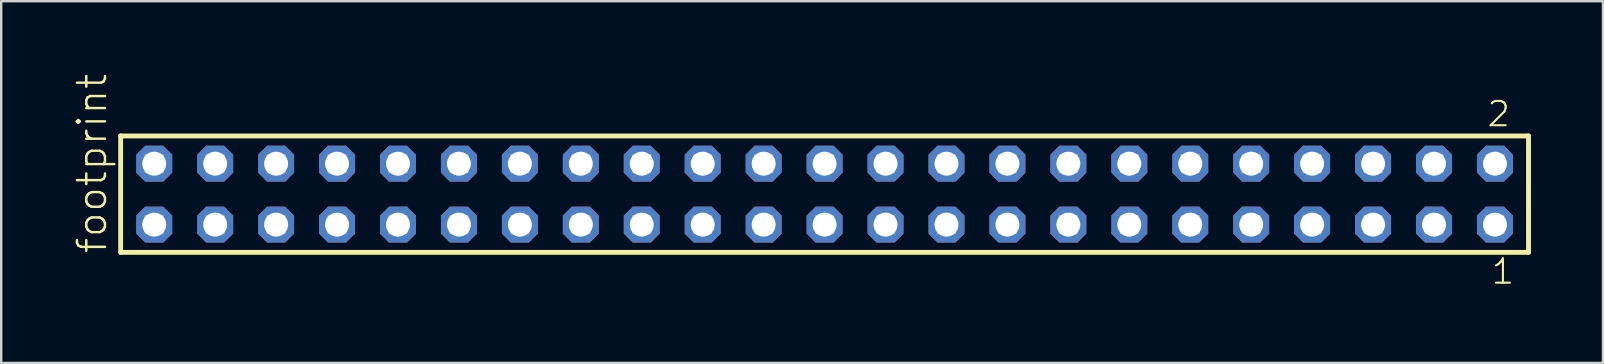
<source format=kicad_pcb>
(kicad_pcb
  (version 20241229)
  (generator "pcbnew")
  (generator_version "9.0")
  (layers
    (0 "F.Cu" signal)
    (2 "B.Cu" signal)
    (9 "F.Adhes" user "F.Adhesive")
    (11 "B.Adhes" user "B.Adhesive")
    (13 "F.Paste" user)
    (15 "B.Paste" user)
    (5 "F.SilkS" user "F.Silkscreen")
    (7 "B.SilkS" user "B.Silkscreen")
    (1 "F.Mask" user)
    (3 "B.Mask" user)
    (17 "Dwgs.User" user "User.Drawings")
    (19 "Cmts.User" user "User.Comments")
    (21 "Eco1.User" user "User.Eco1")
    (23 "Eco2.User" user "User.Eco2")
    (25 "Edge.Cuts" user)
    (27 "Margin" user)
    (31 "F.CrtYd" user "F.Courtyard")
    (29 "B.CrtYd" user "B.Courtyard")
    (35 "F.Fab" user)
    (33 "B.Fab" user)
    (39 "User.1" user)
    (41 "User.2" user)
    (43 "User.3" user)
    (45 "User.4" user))
  (footprint "footprint"
    (layer "F.Cu")
    (at 31.318 5.042)
    (property "Reference" "footprint" (at -29.845 2.54 90) (layer "F.SilkS") (effects (font (size 1.168 1.168) (thickness 0.102)) (justify left bottom)))
    (fp_line (start -29.339 -2.425) (end 29.339 -2.425) (stroke (width 0.203) (type solid)) (layer "F.SilkS"))
    (fp_line (start -29.339 2.425) (end -29.339 -2.425) (stroke (width 0.203) (type solid)) (layer "F.SilkS"))
    (fp_line (start 29.339 -2.425) (end 29.339 2.425) (stroke (width 0.203) (type solid)) (layer "F.SilkS"))
    (fp_line (start 29.339 2.425) (end -29.339 2.425) (stroke (width 0.203) (type solid)) (layer "F.SilkS"))
    (fp_poly (pts (xy -28.29 -0.92) (xy -27.59 -0.92) (xy -27.59 -1.62) (xy -28.29 -1.62)) (stroke (width 0.1) (type solid)) (fill no) (layer "F.Fab"))
    (fp_poly (pts (xy -28.29 1.62) (xy -27.59 1.62) (xy -27.59 0.92) (xy -28.29 0.92)) (stroke (width 0.1) (type solid)) (fill no) (layer "F.Fab"))
    (fp_poly (pts (xy -25.75 -0.92) (xy -25.05 -0.92) (xy -25.05 -1.62) (xy -25.75 -1.62)) (stroke (width 0.1) (type solid)) (fill no) (layer "F.Fab"))
    (fp_poly (pts (xy -25.75 1.62) (xy -25.05 1.62) (xy -25.05 0.92) (xy -25.75 0.92)) (stroke (width 0.1) (type solid)) (fill no) (layer "F.Fab"))
    (fp_poly (pts (xy -23.21 -0.92) (xy -22.51 -0.92) (xy -22.51 -1.62) (xy -23.21 -1.62)) (stroke (width 0.1) (type solid)) (fill no) (layer "F.Fab"))
    (fp_poly (pts (xy -23.21 1.62) (xy -22.51 1.62) (xy -22.51 0.92) (xy -23.21 0.92)) (stroke (width 0.1) (type solid)) (fill no) (layer "F.Fab"))
    (fp_poly (pts (xy -20.67 -0.92) (xy -19.97 -0.92) (xy -19.97 -1.62) (xy -20.67 -1.62)) (stroke (width 0.1) (type solid)) (fill no) (layer "F.Fab"))
    (fp_poly (pts (xy -20.67 1.62) (xy -19.97 1.62) (xy -19.97 0.92) (xy -20.67 0.92)) (stroke (width 0.1) (type solid)) (fill no) (layer "F.Fab"))
    (fp_poly (pts (xy -18.13 -0.92) (xy -17.43 -0.92) (xy -17.43 -1.62) (xy -18.13 -1.62)) (stroke (width 0.1) (type solid)) (fill no) (layer "F.Fab"))
    (fp_poly (pts (xy -18.13 1.62) (xy -17.43 1.62) (xy -17.43 0.92) (xy -18.13 0.92)) (stroke (width 0.1) (type solid)) (fill no) (layer "F.Fab"))
    (fp_poly (pts (xy -15.59 -0.92) (xy -14.89 -0.92) (xy -14.89 -1.62) (xy -15.59 -1.62)) (stroke (width 0.1) (type solid)) (fill no) (layer "F.Fab"))
    (fp_poly (pts (xy -15.59 1.62) (xy -14.89 1.62) (xy -14.89 0.92) (xy -15.59 0.92)) (stroke (width 0.1) (type solid)) (fill no) (layer "F.Fab"))
    (fp_poly (pts (xy -13.05 -0.92) (xy -12.35 -0.92) (xy -12.35 -1.62) (xy -13.05 -1.62)) (stroke (width 0.1) (type solid)) (fill no) (layer "F.Fab"))
    (fp_poly (pts (xy -13.05 1.62) (xy -12.35 1.62) (xy -12.35 0.92) (xy -13.05 0.92)) (stroke (width 0.1) (type solid)) (fill no) (layer "F.Fab"))
    (fp_poly (pts (xy -10.51 -0.92) (xy -9.81 -0.92) (xy -9.81 -1.62) (xy -10.51 -1.62)) (stroke (width 0.1) (type solid)) (fill no) (layer "F.Fab"))
    (fp_poly (pts (xy -10.51 1.62) (xy -9.81 1.62) (xy -9.81 0.92) (xy -10.51 0.92)) (stroke (width 0.1) (type solid)) (fill no) (layer "F.Fab"))
    (fp_poly (pts (xy -7.97 -0.92) (xy -7.27 -0.92) (xy -7.27 -1.62) (xy -7.97 -1.62)) (stroke (width 0.1) (type solid)) (fill no) (layer "F.Fab"))
    (fp_poly (pts (xy -7.97 1.62) (xy -7.27 1.62) (xy -7.27 0.92) (xy -7.97 0.92)) (stroke (width 0.1) (type solid)) (fill no) (layer "F.Fab"))
    (fp_poly (pts (xy -5.43 -0.92) (xy -4.73 -0.92) (xy -4.73 -1.62) (xy -5.43 -1.62)) (stroke (width 0.1) (type solid)) (fill no) (layer "F.Fab"))
    (fp_poly (pts (xy -5.43 1.62) (xy -4.73 1.62) (xy -4.73 0.92) (xy -5.43 0.92)) (stroke (width 0.1) (type solid)) (fill no) (layer "F.Fab"))
    (fp_poly (pts (xy -2.89 -0.92) (xy -2.19 -0.92) (xy -2.19 -1.62) (xy -2.89 -1.62)) (stroke (width 0.1) (type solid)) (fill no) (layer "F.Fab"))
    (fp_poly (pts (xy -2.89 1.62) (xy -2.19 1.62) (xy -2.19 0.92) (xy -2.89 0.92)) (stroke (width 0.1) (type solid)) (fill no) (layer "F.Fab"))
    (fp_poly (pts (xy -0.35 -0.92) (xy 0.35 -0.92) (xy 0.35 -1.62) (xy -0.35 -1.62)) (stroke (width 0.1) (type solid)) (fill no) (layer "F.Fab"))
    (fp_poly (pts (xy -0.35 1.62) (xy 0.35 1.62) (xy 0.35 0.92) (xy -0.35 0.92)) (stroke (width 0.1) (type solid)) (fill no) (layer "F.Fab"))
    (fp_poly (pts (xy 2.19 -0.92) (xy 2.89 -0.92) (xy 2.89 -1.62) (xy 2.19 -1.62)) (stroke (width 0.1) (type solid)) (fill no) (layer "F.Fab"))
    (fp_poly (pts (xy 2.19 1.62) (xy 2.89 1.62) (xy 2.89 0.92) (xy 2.19 0.92)) (stroke (width 0.1) (type solid)) (fill no) (layer "F.Fab"))
    (fp_poly (pts (xy 4.73 -0.92) (xy 5.43 -0.92) (xy 5.43 -1.62) (xy 4.73 -1.62)) (stroke (width 0.1) (type solid)) (fill no) (layer "F.Fab"))
    (fp_poly (pts (xy 4.73 1.62) (xy 5.43 1.62) (xy 5.43 0.92) (xy 4.73 0.92)) (stroke (width 0.1) (type solid)) (fill no) (layer "F.Fab"))
    (fp_poly (pts (xy 7.27 -0.92) (xy 7.97 -0.92) (xy 7.97 -1.62) (xy 7.27 -1.62)) (stroke (width 0.1) (type solid)) (fill no) (layer "F.Fab"))
    (fp_poly (pts (xy 7.27 1.62) (xy 7.97 1.62) (xy 7.97 0.92) (xy 7.27 0.92)) (stroke (width 0.1) (type solid)) (fill no) (layer "F.Fab"))
    (fp_poly (pts (xy 9.81 -0.92) (xy 10.51 -0.92) (xy 10.51 -1.62) (xy 9.81 -1.62)) (stroke (width 0.1) (type solid)) (fill no) (layer "F.Fab"))
    (fp_poly (pts (xy 9.81 1.62) (xy 10.51 1.62) (xy 10.51 0.92) (xy 9.81 0.92)) (stroke (width 0.1) (type solid)) (fill no) (layer "F.Fab"))
    (fp_poly (pts (xy 12.35 -0.92) (xy 13.05 -0.92) (xy 13.05 -1.62) (xy 12.35 -1.62)) (stroke (width 0.1) (type solid)) (fill no) (layer "F.Fab"))
    (fp_poly (pts (xy 12.35 1.62) (xy 13.05 1.62) (xy 13.05 0.92) (xy 12.35 0.92)) (stroke (width 0.1) (type solid)) (fill no) (layer "F.Fab"))
    (fp_poly (pts (xy 14.89 -0.92) (xy 15.59 -0.92) (xy 15.59 -1.62) (xy 14.89 -1.62)) (stroke (width 0.1) (type solid)) (fill no) (layer "F.Fab"))
    (fp_poly (pts (xy 14.89 1.62) (xy 15.59 1.62) (xy 15.59 0.92) (xy 14.89 0.92)) (stroke (width 0.1) (type solid)) (fill no) (layer "F.Fab"))
    (fp_poly (pts (xy 17.43 -0.92) (xy 18.13 -0.92) (xy 18.13 -1.62) (xy 17.43 -1.62)) (stroke (width 0.1) (type solid)) (fill no) (layer "F.Fab"))
    (fp_poly (pts (xy 17.43 1.62) (xy 18.13 1.62) (xy 18.13 0.92) (xy 17.43 0.92)) (stroke (width 0.1) (type solid)) (fill no) (layer "F.Fab"))
    (fp_poly (pts (xy 19.97 -0.92) (xy 20.67 -0.92) (xy 20.67 -1.62) (xy 19.97 -1.62)) (stroke (width 0.1) (type solid)) (fill no) (layer "F.Fab"))
    (fp_poly (pts (xy 19.97 1.62) (xy 20.67 1.62) (xy 20.67 0.92) (xy 19.97 0.92)) (stroke (width 0.1) (type solid)) (fill no) (layer "F.Fab"))
    (fp_poly (pts (xy 22.51 -0.92) (xy 23.21 -0.92) (xy 23.21 -1.62) (xy 22.51 -1.62)) (stroke (width 0.1) (type solid)) (fill no) (layer "F.Fab"))
    (fp_poly (pts (xy 22.51 1.62) (xy 23.21 1.62) (xy 23.21 0.92) (xy 22.51 0.92)) (stroke (width 0.1) (type solid)) (fill no) (layer "F.Fab"))
    (fp_poly (pts (xy 25.05 -0.92) (xy 25.75 -0.92) (xy 25.75 -1.62) (xy 25.05 -1.62)) (stroke (width 0.1) (type solid)) (fill no) (layer "F.Fab"))
    (fp_poly (pts (xy 25.05 1.62) (xy 25.75 1.62) (xy 25.75 0.92) (xy 25.05 0.92)) (stroke (width 0.1) (type solid)) (fill no) (layer "F.Fab"))
    (fp_poly (pts (xy 27.59 -0.92) (xy 28.29 -0.92) (xy 28.29 -1.62) (xy 27.59 -1.62)) (stroke (width 0.1) (type solid)) (fill no) (layer "F.Fab"))
    (fp_poly (pts (xy 27.59 1.62) (xy 28.29 1.62) (xy 28.29 0.92) (xy 27.59 0.92)) (stroke (width 0.1) (type solid)) (fill no) (layer "F.Fab"))
    (fp_text user "1" (at 27.732 3.818 0) (layer "F.SilkS") (effects (font (size 1.012 1.012) (thickness 0.088)) (justify left bottom)))
    (fp_text user "2" (at 27.557 -2.744 0) (layer "F.SilkS") (effects (font (size 1.012 1.012) (thickness 0.088)) (justify left bottom)))
    (pad "1" thru_hole roundrect (at 27.94 1.27 180) (size 1.5 1.5) (drill 1) (layers "*.Cu" "*.Mask") (roundrect_rratio 0.25) (chamfer_ratio 0.25) (chamfer top_left top_right bottom_left bottom_right))
    (pad "2" thru_hole roundrect (at 27.94 -1.27 180) (size 1.5 1.5) (drill 1) (layers "*.Cu" "*.Mask") (roundrect_rratio 0.25) (chamfer_ratio 0.25) (chamfer top_left top_right bottom_left bottom_right))
    (pad "3" thru_hole roundrect (at 25.4 1.27 180) (size 1.5 1.5) (drill 1) (layers "*.Cu" "*.Mask") (roundrect_rratio 0.25) (chamfer_ratio 0.25) (chamfer top_left top_right bottom_left bottom_right))
    (pad "4" thru_hole roundrect (at 25.4 -1.27 180) (size 1.5 1.5) (drill 1) (layers "*.Cu" "*.Mask") (roundrect_rratio 0.25) (chamfer_ratio 0.25) (chamfer top_left top_right bottom_left bottom_right))
    (pad "5" thru_hole roundrect (at 22.86 1.27 180) (size 1.5 1.5) (drill 1) (layers "*.Cu" "*.Mask") (roundrect_rratio 0.25) (chamfer_ratio 0.25) (chamfer top_left top_right bottom_left bottom_right))
    (pad "6" thru_hole roundrect (at 22.86 -1.27 180) (size 1.5 1.5) (drill 1) (layers "*.Cu" "*.Mask") (roundrect_rratio 0.25) (chamfer_ratio 0.25) (chamfer top_left top_right bottom_left bottom_right))
    (pad "7" thru_hole roundrect (at 20.32 1.27 180) (size 1.5 1.5) (drill 1) (layers "*.Cu" "*.Mask") (roundrect_rratio 0.25) (chamfer_ratio 0.25) (chamfer top_left top_right bottom_left bottom_right))
    (pad "8" thru_hole roundrect (at 20.32 -1.27 180) (size 1.5 1.5) (drill 1) (layers "*.Cu" "*.Mask") (roundrect_rratio 0.25) (chamfer_ratio 0.25) (chamfer top_left top_right bottom_left bottom_right))
    (pad "9" thru_hole roundrect (at 17.78 1.27 180) (size 1.5 1.5) (drill 1) (layers "*.Cu" "*.Mask") (roundrect_rratio 0.25) (chamfer_ratio 0.25) (chamfer top_left top_right bottom_left bottom_right))
    (pad "10" thru_hole roundrect (at 17.78 -1.27 180) (size 1.5 1.5) (drill 1) (layers "*.Cu" "*.Mask") (roundrect_rratio 0.25) (chamfer_ratio 0.25) (chamfer top_left top_right bottom_left bottom_right))
    (pad "11" thru_hole roundrect (at 15.24 1.27 180) (size 1.5 1.5) (drill 1) (layers "*.Cu" "*.Mask") (roundrect_rratio 0.25) (chamfer_ratio 0.25) (chamfer top_left top_right bottom_left bottom_right))
    (pad "12" thru_hole roundrect (at 15.24 -1.27 180) (size 1.5 1.5) (drill 1) (layers "*.Cu" "*.Mask") (roundrect_rratio 0.25) (chamfer_ratio 0.25) (chamfer top_left top_right bottom_left bottom_right))
    (pad "13" thru_hole roundrect (at 12.7 1.27 180) (size 1.5 1.5) (drill 1) (layers "*.Cu" "*.Mask") (roundrect_rratio 0.25) (chamfer_ratio 0.25) (chamfer top_left top_right bottom_left bottom_right))
    (pad "14" thru_hole roundrect (at 12.7 -1.27 180) (size 1.5 1.5) (drill 1) (layers "*.Cu" "*.Mask") (roundrect_rratio 0.25) (chamfer_ratio 0.25) (chamfer top_left top_right bottom_left bottom_right))
    (pad "15" thru_hole roundrect (at 10.16 1.27 180) (size 1.5 1.5) (drill 1) (layers "*.Cu" "*.Mask") (roundrect_rratio 0.25) (chamfer_ratio 0.25) (chamfer top_left top_right bottom_left bottom_right))
    (pad "16" thru_hole roundrect (at 10.16 -1.27 180) (size 1.5 1.5) (drill 1) (layers "*.Cu" "*.Mask") (roundrect_rratio 0.25) (chamfer_ratio 0.25) (chamfer top_left top_right bottom_left bottom_right))
    (pad "17" thru_hole roundrect (at 7.62 1.27 180) (size 1.5 1.5) (drill 1) (layers "*.Cu" "*.Mask") (roundrect_rratio 0.25) (chamfer_ratio 0.25) (chamfer top_left top_right bottom_left bottom_right))
    (pad "18" thru_hole roundrect (at 7.62 -1.27 180) (size 1.5 1.5) (drill 1) (layers "*.Cu" "*.Mask") (roundrect_rratio 0.25) (chamfer_ratio 0.25) (chamfer top_left top_right bottom_left bottom_right))
    (pad "19" thru_hole roundrect (at 5.08 1.27 180) (size 1.5 1.5) (drill 1) (layers "*.Cu" "*.Mask") (roundrect_rratio 0.25) (chamfer_ratio 0.25) (chamfer top_left top_right bottom_left bottom_right))
    (pad "20" thru_hole roundrect (at 5.08 -1.27 180) (size 1.5 1.5) (drill 1) (layers "*.Cu" "*.Mask") (roundrect_rratio 0.25) (chamfer_ratio 0.25) (chamfer top_left top_right bottom_left bottom_right))
    (pad "21" thru_hole roundrect (at 2.54 1.27 180) (size 1.5 1.5) (drill 1) (layers "*.Cu" "*.Mask") (roundrect_rratio 0.25) (chamfer_ratio 0.25) (chamfer top_left top_right bottom_left bottom_right))
    (pad "22" thru_hole roundrect (at 2.54 -1.27 180) (size 1.5 1.5) (drill 1) (layers "*.Cu" "*.Mask") (roundrect_rratio 0.25) (chamfer_ratio 0.25) (chamfer top_left top_right bottom_left bottom_right))
    (pad "23" thru_hole roundrect (at 0 1.27 180) (size 1.5 1.5) (drill 1) (layers "*.Cu" "*.Mask") (roundrect_rratio 0.25) (chamfer_ratio 0.25) (chamfer top_left top_right bottom_left bottom_right))
    (pad "24" thru_hole roundrect (at 0 -1.27 180) (size 1.5 1.5) (drill 1) (layers "*.Cu" "*.Mask") (roundrect_rratio 0.25) (chamfer_ratio 0.25) (chamfer top_left top_right bottom_left bottom_right))
    (pad "25" thru_hole roundrect (at -2.54 1.27 180) (size 1.5 1.5) (drill 1) (layers "*.Cu" "*.Mask") (roundrect_rratio 0.25) (chamfer_ratio 0.25) (chamfer top_left top_right bottom_left bottom_right))
    (pad "26" thru_hole roundrect (at -2.54 -1.27 180) (size 1.5 1.5) (drill 1) (layers "*.Cu" "*.Mask") (roundrect_rratio 0.25) (chamfer_ratio 0.25) (chamfer top_left top_right bottom_left bottom_right))
    (pad "27" thru_hole roundrect (at -5.08 1.27 180) (size 1.5 1.5) (drill 1) (layers "*.Cu" "*.Mask") (roundrect_rratio 0.25) (chamfer_ratio 0.25) (chamfer top_left top_right bottom_left bottom_right))
    (pad "28" thru_hole roundrect (at -5.08 -1.27 180) (size 1.5 1.5) (drill 1) (layers "*.Cu" "*.Mask") (roundrect_rratio 0.25) (chamfer_ratio 0.25) (chamfer top_left top_right bottom_left bottom_right))
    (pad "29" thru_hole roundrect (at -7.62 1.27 180) (size 1.5 1.5) (drill 1) (layers "*.Cu" "*.Mask") (roundrect_rratio 0.25) (chamfer_ratio 0.25) (chamfer top_left top_right bottom_left bottom_right))
    (pad "30" thru_hole roundrect (at -7.62 -1.27 180) (size 1.5 1.5) (drill 1) (layers "*.Cu" "*.Mask") (roundrect_rratio 0.25) (chamfer_ratio 0.25) (chamfer top_left top_right bottom_left bottom_right))
    (pad "31" thru_hole roundrect (at -10.16 1.27 180) (size 1.5 1.5) (drill 1) (layers "*.Cu" "*.Mask") (roundrect_rratio 0.25) (chamfer_ratio 0.25) (chamfer top_left top_right bottom_left bottom_right))
    (pad "32" thru_hole roundrect (at -10.16 -1.27 180) (size 1.5 1.5) (drill 1) (layers "*.Cu" "*.Mask") (roundrect_rratio 0.25) (chamfer_ratio 0.25) (chamfer top_left top_right bottom_left bottom_right))
    (pad "33" thru_hole roundrect (at -12.7 1.27 180) (size 1.5 1.5) (drill 1) (layers "*.Cu" "*.Mask") (roundrect_rratio 0.25) (chamfer_ratio 0.25) (chamfer top_left top_right bottom_left bottom_right))
    (pad "34" thru_hole roundrect (at -12.7 -1.27 180) (size 1.5 1.5) (drill 1) (layers "*.Cu" "*.Mask") (roundrect_rratio 0.25) (chamfer_ratio 0.25) (chamfer top_left top_right bottom_left bottom_right))
    (pad "35" thru_hole roundrect (at -15.24 1.27 180) (size 1.5 1.5) (drill 1) (layers "*.Cu" "*.Mask") (roundrect_rratio 0.25) (chamfer_ratio 0.25) (chamfer top_left top_right bottom_left bottom_right))
    (pad "36" thru_hole roundrect (at -15.24 -1.27 180) (size 1.5 1.5) (drill 1) (layers "*.Cu" "*.Mask") (roundrect_rratio 0.25) (chamfer_ratio 0.25) (chamfer top_left top_right bottom_left bottom_right))
    (pad "37" thru_hole roundrect (at -17.78 1.27 180) (size 1.5 1.5) (drill 1) (layers "*.Cu" "*.Mask") (roundrect_rratio 0.25) (chamfer_ratio 0.25) (chamfer top_left top_right bottom_left bottom_right))
    (pad "38" thru_hole roundrect (at -17.78 -1.27 180) (size 1.5 1.5) (drill 1) (layers "*.Cu" "*.Mask") (roundrect_rratio 0.25) (chamfer_ratio 0.25) (chamfer top_left top_right bottom_left bottom_right))
    (pad "39" thru_hole roundrect (at -20.32 1.27 180) (size 1.5 1.5) (drill 1) (layers "*.Cu" "*.Mask") (roundrect_rratio 0.25) (chamfer_ratio 0.25) (chamfer top_left top_right bottom_left bottom_right))
    (pad "40" thru_hole roundrect (at -20.32 -1.27 180) (size 1.5 1.5) (drill 1) (layers "*.Cu" "*.Mask") (roundrect_rratio 0.25) (chamfer_ratio 0.25) (chamfer top_left top_right bottom_left bottom_right))
    (pad "41" thru_hole roundrect (at -22.86 1.27 180) (size 1.5 1.5) (drill 1) (layers "*.Cu" "*.Mask") (roundrect_rratio 0.25) (chamfer_ratio 0.25) (chamfer top_left top_right bottom_left bottom_right))
    (pad "42" thru_hole roundrect (at -22.86 -1.27 180) (size 1.5 1.5) (drill 1) (layers "*.Cu" "*.Mask") (roundrect_rratio 0.25) (chamfer_ratio 0.25) (chamfer top_left top_right bottom_left bottom_right))
    (pad "43" thru_hole roundrect (at -25.4 1.27 180) (size 1.5 1.5) (drill 1) (layers "*.Cu" "*.Mask") (roundrect_rratio 0.25) (chamfer_ratio 0.25) (chamfer top_left top_right bottom_left bottom_right))
    (pad "44" thru_hole roundrect (at -25.4 -1.27 180) (size 1.5 1.5) (drill 1) (layers "*.Cu" "*.Mask") (roundrect_rratio 0.25) (chamfer_ratio 0.25) (chamfer top_left top_right bottom_left bottom_right))
    (pad "45" thru_hole roundrect (at -27.94 1.27 180) (size 1.5 1.5) (drill 1) (layers "*.Cu" "*.Mask") (roundrect_rratio 0.25) (chamfer_ratio 0.25) (chamfer top_left top_right bottom_left bottom_right))
    (pad "46" thru_hole roundrect (at -27.94 -1.27 180) (size 1.5 1.5) (drill 1) (layers "*.Cu" "*.Mask") (roundrect_rratio 0.25) (chamfer_ratio 0.25) (chamfer top_left top_right bottom_left bottom_right)))
  (gr_rect
    (start -3 -3)
    (end 63.759 12.077)
    (stroke (width 0.1) (type default))
    (fill no)
    (layer "Edge.Cuts")))
</source>
